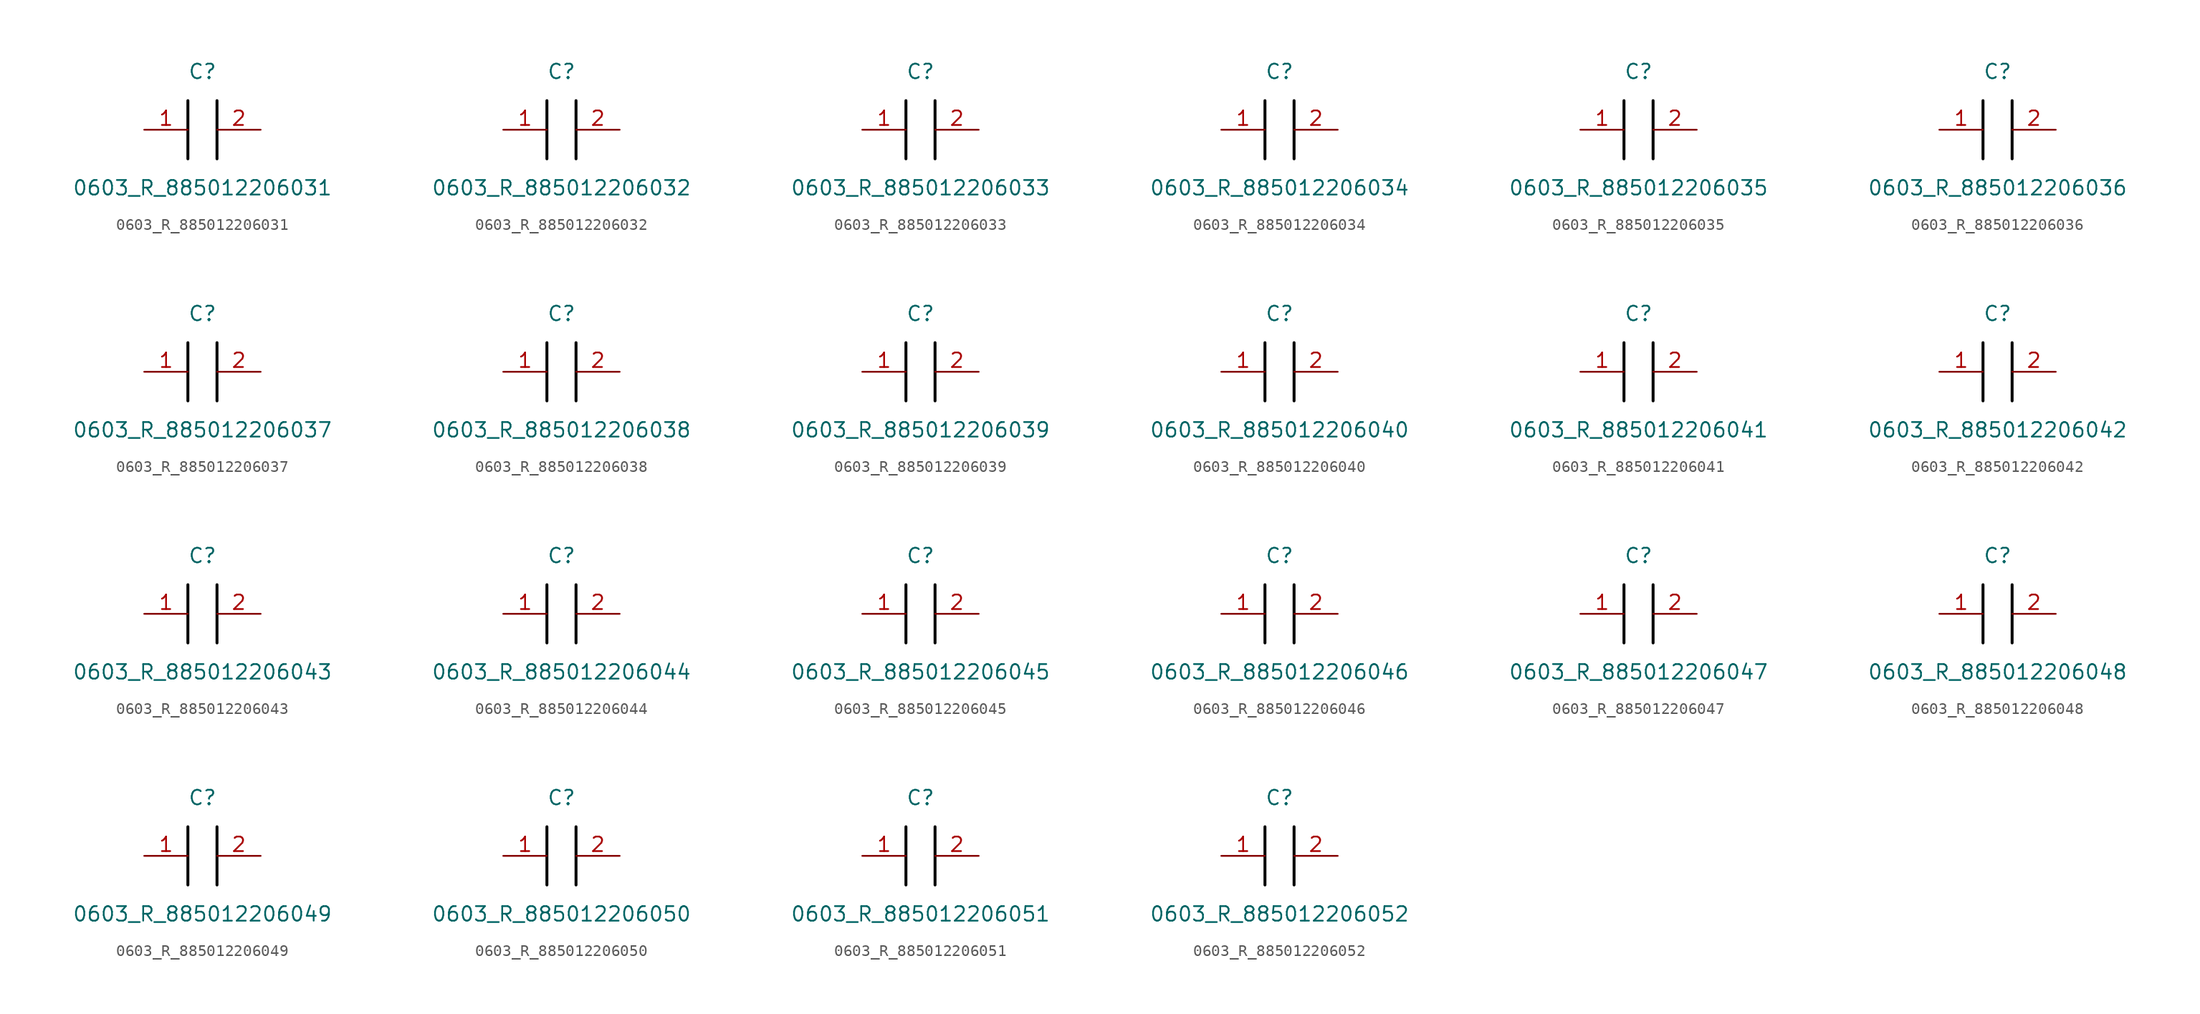
<source format=kicad_sym>
(kicad_symbol_lib
  (version 20220914)
  (generator kicad_symbol_editor)
  (symbol "0603_R_885012206031"
    (pin_names hide)
    (property "Reference" "C"
      (at 0 5.08 0)
      (effects (font (size 1.27 1.27))))
    (property "Value" "0603_R_885012206031"
      (at 0 -5.08 0)
      (effects (font (size 1.27 1.27))))
    (symbol "0603_R_885012206031_1_1"
      (polyline (pts (xy -1.27 2.54) (xy -1.27 -2.54)) (stroke (width 0.254) (type default) (color 0 0 0 1)) (fill (type none)))
      (polyline (pts (xy 1.27 2.54) (xy 1.27 -2.54)) (stroke (width 0.254) (type default) (color 0 0 0 1)) (fill (type none)))
      (pin passive line (at -5.08 0 0) (length 3.81) (name "1" (effects (font (size 1.27 1.27)))) (number "1" (effects (font (size 1.27 1.27)))))
      (pin passive line (at 5.08 0 180) (length 3.81) (name "2" (effects (font (size 1.27 1.27)))) (number "2" (effects (font (size 1.27 1.27)))))))
  (symbol "0603_R_885012206032"
    (pin_names hide)
    (property "Reference" "C"
      (at 0 5.08 0)
      (effects (font (size 1.27 1.27))))
    (property "Value" "0603_R_885012206032"
      (at 0 -5.08 0)
      (effects (font (size 1.27 1.27))))
    (symbol "0603_R_885012206032_1_1"
      (polyline (pts (xy -1.27 2.54) (xy -1.27 -2.54)) (stroke (width 0.254) (type default) (color 0 0 0 1)) (fill (type none)))
      (polyline (pts (xy 1.27 2.54) (xy 1.27 -2.54)) (stroke (width 0.254) (type default) (color 0 0 0 1)) (fill (type none)))
      (pin passive line (at -5.08 0 0) (length 3.81) (name "1" (effects (font (size 1.27 1.27)))) (number "1" (effects (font (size 1.27 1.27)))))
      (pin passive line (at 5.08 0 180) (length 3.81) (name "2" (effects (font (size 1.27 1.27)))) (number "2" (effects (font (size 1.27 1.27)))))))
  (symbol "0603_R_885012206033"
    (pin_names hide)
    (property "Reference" "C"
      (at 0 5.08 0)
      (effects (font (size 1.27 1.27))))
    (property "Value" "0603_R_885012206033"
      (at 0 -5.08 0)
      (effects (font (size 1.27 1.27))))
    (symbol "0603_R_885012206033_1_1"
      (polyline (pts (xy -1.27 2.54) (xy -1.27 -2.54)) (stroke (width 0.254) (type default) (color 0 0 0 1)) (fill (type none)))
      (polyline (pts (xy 1.27 2.54) (xy 1.27 -2.54)) (stroke (width 0.254) (type default) (color 0 0 0 1)) (fill (type none)))
      (pin passive line (at -5.08 0 0) (length 3.81) (name "1" (effects (font (size 1.27 1.27)))) (number "1" (effects (font (size 1.27 1.27)))))
      (pin passive line (at 5.08 0 180) (length 3.81) (name "2" (effects (font (size 1.27 1.27)))) (number "2" (effects (font (size 1.27 1.27)))))))
  (symbol "0603_R_885012206034"
    (pin_names hide)
    (property "Reference" "C"
      (at 0 5.08 0)
      (effects (font (size 1.27 1.27))))
    (property "Value" "0603_R_885012206034"
      (at 0 -5.08 0)
      (effects (font (size 1.27 1.27))))
    (symbol "0603_R_885012206034_1_1"
      (polyline (pts (xy -1.27 2.54) (xy -1.27 -2.54)) (stroke (width 0.254) (type default) (color 0 0 0 1)) (fill (type none)))
      (polyline (pts (xy 1.27 2.54) (xy 1.27 -2.54)) (stroke (width 0.254) (type default) (color 0 0 0 1)) (fill (type none)))
      (pin passive line (at -5.08 0 0) (length 3.81) (name "1" (effects (font (size 1.27 1.27)))) (number "1" (effects (font (size 1.27 1.27)))))
      (pin passive line (at 5.08 0 180) (length 3.81) (name "2" (effects (font (size 1.27 1.27)))) (number "2" (effects (font (size 1.27 1.27)))))))
  (symbol "0603_R_885012206035"
    (pin_names hide)
    (property "Reference" "C"
      (at 0 5.08 0)
      (effects (font (size 1.27 1.27))))
    (property "Value" "0603_R_885012206035"
      (at 0 -5.08 0)
      (effects (font (size 1.27 1.27))))
    (symbol "0603_R_885012206035_1_1"
      (polyline (pts (xy -1.27 2.54) (xy -1.27 -2.54)) (stroke (width 0.254) (type default) (color 0 0 0 1)) (fill (type none)))
      (polyline (pts (xy 1.27 2.54) (xy 1.27 -2.54)) (stroke (width 0.254) (type default) (color 0 0 0 1)) (fill (type none)))
      (pin passive line (at -5.08 0 0) (length 3.81) (name "1" (effects (font (size 1.27 1.27)))) (number "1" (effects (font (size 1.27 1.27)))))
      (pin passive line (at 5.08 0 180) (length 3.81) (name "2" (effects (font (size 1.27 1.27)))) (number "2" (effects (font (size 1.27 1.27)))))))
  (symbol "0603_R_885012206036"
    (pin_names hide)
    (property "Reference" "C"
      (at 0 5.08 0)
      (effects (font (size 1.27 1.27))))
    (property "Value" "0603_R_885012206036"
      (at 0 -5.08 0)
      (effects (font (size 1.27 1.27))))
    (symbol "0603_R_885012206036_1_1"
      (polyline (pts (xy -1.27 2.54) (xy -1.27 -2.54)) (stroke (width 0.254) (type default) (color 0 0 0 1)) (fill (type none)))
      (polyline (pts (xy 1.27 2.54) (xy 1.27 -2.54)) (stroke (width 0.254) (type default) (color 0 0 0 1)) (fill (type none)))
      (pin passive line (at -5.08 0 0) (length 3.81) (name "1" (effects (font (size 1.27 1.27)))) (number "1" (effects (font (size 1.27 1.27)))))
      (pin passive line (at 5.08 0 180) (length 3.81) (name "2" (effects (font (size 1.27 1.27)))) (number "2" (effects (font (size 1.27 1.27)))))))
  (symbol "0603_R_885012206037"
    (pin_names hide)
    (property "Reference" "C"
      (at 0 5.08 0)
      (effects (font (size 1.27 1.27))))
    (property "Value" "0603_R_885012206037"
      (at 0 -5.08 0)
      (effects (font (size 1.27 1.27))))
    (symbol "0603_R_885012206037_1_1"
      (polyline (pts (xy -1.27 2.54) (xy -1.27 -2.54)) (stroke (width 0.254) (type default) (color 0 0 0 1)) (fill (type none)))
      (polyline (pts (xy 1.27 2.54) (xy 1.27 -2.54)) (stroke (width 0.254) (type default) (color 0 0 0 1)) (fill (type none)))
      (pin passive line (at -5.08 0 0) (length 3.81) (name "1" (effects (font (size 1.27 1.27)))) (number "1" (effects (font (size 1.27 1.27)))))
      (pin passive line (at 5.08 0 180) (length 3.81) (name "2" (effects (font (size 1.27 1.27)))) (number "2" (effects (font (size 1.27 1.27)))))))
  (symbol "0603_R_885012206038"
    (pin_names hide)
    (property "Reference" "C"
      (at 0 5.08 0)
      (effects (font (size 1.27 1.27))))
    (property "Value" "0603_R_885012206038"
      (at 0 -5.08 0)
      (effects (font (size 1.27 1.27))))
    (symbol "0603_R_885012206038_1_1"
      (polyline (pts (xy -1.27 2.54) (xy -1.27 -2.54)) (stroke (width 0.254) (type default) (color 0 0 0 1)) (fill (type none)))
      (polyline (pts (xy 1.27 2.54) (xy 1.27 -2.54)) (stroke (width 0.254) (type default) (color 0 0 0 1)) (fill (type none)))
      (pin passive line (at -5.08 0 0) (length 3.81) (name "1" (effects (font (size 1.27 1.27)))) (number "1" (effects (font (size 1.27 1.27)))))
      (pin passive line (at 5.08 0 180) (length 3.81) (name "2" (effects (font (size 1.27 1.27)))) (number "2" (effects (font (size 1.27 1.27)))))))
  (symbol "0603_R_885012206039"
    (pin_names hide)
    (property "Reference" "C"
      (at 0 5.08 0)
      (effects (font (size 1.27 1.27))))
    (property "Value" "0603_R_885012206039"
      (at 0 -5.08 0)
      (effects (font (size 1.27 1.27))))
    (symbol "0603_R_885012206039_1_1"
      (polyline (pts (xy -1.27 2.54) (xy -1.27 -2.54)) (stroke (width 0.254) (type default) (color 0 0 0 1)) (fill (type none)))
      (polyline (pts (xy 1.27 2.54) (xy 1.27 -2.54)) (stroke (width 0.254) (type default) (color 0 0 0 1)) (fill (type none)))
      (pin passive line (at -5.08 0 0) (length 3.81) (name "1" (effects (font (size 1.27 1.27)))) (number "1" (effects (font (size 1.27 1.27)))))
      (pin passive line (at 5.08 0 180) (length 3.81) (name "2" (effects (font (size 1.27 1.27)))) (number "2" (effects (font (size 1.27 1.27)))))))
  (symbol "0603_R_885012206040"
    (pin_names hide)
    (property "Reference" "C"
      (at 0 5.08 0)
      (effects (font (size 1.27 1.27))))
    (property "Value" "0603_R_885012206040"
      (at 0 -5.08 0)
      (effects (font (size 1.27 1.27))))
    (symbol "0603_R_885012206040_1_1"
      (polyline (pts (xy -1.27 2.54) (xy -1.27 -2.54)) (stroke (width 0.254) (type default) (color 0 0 0 1)) (fill (type none)))
      (polyline (pts (xy 1.27 2.54) (xy 1.27 -2.54)) (stroke (width 0.254) (type default) (color 0 0 0 1)) (fill (type none)))
      (pin passive line (at -5.08 0 0) (length 3.81) (name "1" (effects (font (size 1.27 1.27)))) (number "1" (effects (font (size 1.27 1.27)))))
      (pin passive line (at 5.08 0 180) (length 3.81) (name "2" (effects (font (size 1.27 1.27)))) (number "2" (effects (font (size 1.27 1.27)))))))
  (symbol "0603_R_885012206041"
    (pin_names hide)
    (property "Reference" "C"
      (at 0 5.08 0)
      (effects (font (size 1.27 1.27))))
    (property "Value" "0603_R_885012206041"
      (at 0 -5.08 0)
      (effects (font (size 1.27 1.27))))
    (symbol "0603_R_885012206041_1_1"
      (polyline (pts (xy -1.27 2.54) (xy -1.27 -2.54)) (stroke (width 0.254) (type default) (color 0 0 0 1)) (fill (type none)))
      (polyline (pts (xy 1.27 2.54) (xy 1.27 -2.54)) (stroke (width 0.254) (type default) (color 0 0 0 1)) (fill (type none)))
      (pin passive line (at -5.08 0 0) (length 3.81) (name "1" (effects (font (size 1.27 1.27)))) (number "1" (effects (font (size 1.27 1.27)))))
      (pin passive line (at 5.08 0 180) (length 3.81) (name "2" (effects (font (size 1.27 1.27)))) (number "2" (effects (font (size 1.27 1.27)))))))
  (symbol "0603_R_885012206042"
    (pin_names hide)
    (property "Reference" "C"
      (at 0 5.08 0)
      (effects (font (size 1.27 1.27))))
    (property "Value" "0603_R_885012206042"
      (at 0 -5.08 0)
      (effects (font (size 1.27 1.27))))
    (symbol "0603_R_885012206042_1_1"
      (polyline (pts (xy -1.27 2.54) (xy -1.27 -2.54)) (stroke (width 0.254) (type default) (color 0 0 0 1)) (fill (type none)))
      (polyline (pts (xy 1.27 2.54) (xy 1.27 -2.54)) (stroke (width 0.254) (type default) (color 0 0 0 1)) (fill (type none)))
      (pin passive line (at -5.08 0 0) (length 3.81) (name "1" (effects (font (size 1.27 1.27)))) (number "1" (effects (font (size 1.27 1.27)))))
      (pin passive line (at 5.08 0 180) (length 3.81) (name "2" (effects (font (size 1.27 1.27)))) (number "2" (effects (font (size 1.27 1.27)))))))
  (symbol "0603_R_885012206043"
    (pin_names hide)
    (property "Reference" "C"
      (at 0 5.08 0)
      (effects (font (size 1.27 1.27))))
    (property "Value" "0603_R_885012206043"
      (at 0 -5.08 0)
      (effects (font (size 1.27 1.27))))
    (symbol "0603_R_885012206043_1_1"
      (polyline (pts (xy -1.27 2.54) (xy -1.27 -2.54)) (stroke (width 0.254) (type default) (color 0 0 0 1)) (fill (type none)))
      (polyline (pts (xy 1.27 2.54) (xy 1.27 -2.54)) (stroke (width 0.254) (type default) (color 0 0 0 1)) (fill (type none)))
      (pin passive line (at -5.08 0 0) (length 3.81) (name "1" (effects (font (size 1.27 1.27)))) (number "1" (effects (font (size 1.27 1.27)))))
      (pin passive line (at 5.08 0 180) (length 3.81) (name "2" (effects (font (size 1.27 1.27)))) (number "2" (effects (font (size 1.27 1.27)))))))
  (symbol "0603_R_885012206044"
    (pin_names hide)
    (property "Reference" "C"
      (at 0 5.08 0)
      (effects (font (size 1.27 1.27))))
    (property "Value" "0603_R_885012206044"
      (at 0 -5.08 0)
      (effects (font (size 1.27 1.27))))
    (symbol "0603_R_885012206044_1_1"
      (polyline (pts (xy -1.27 2.54) (xy -1.27 -2.54)) (stroke (width 0.254) (type default) (color 0 0 0 1)) (fill (type none)))
      (polyline (pts (xy 1.27 2.54) (xy 1.27 -2.54)) (stroke (width 0.254) (type default) (color 0 0 0 1)) (fill (type none)))
      (pin passive line (at -5.08 0 0) (length 3.81) (name "1" (effects (font (size 1.27 1.27)))) (number "1" (effects (font (size 1.27 1.27)))))
      (pin passive line (at 5.08 0 180) (length 3.81) (name "2" (effects (font (size 1.27 1.27)))) (number "2" (effects (font (size 1.27 1.27)))))))
  (symbol "0603_R_885012206045"
    (pin_names hide)
    (property "Reference" "C"
      (at 0 5.08 0)
      (effects (font (size 1.27 1.27))))
    (property "Value" "0603_R_885012206045"
      (at 0 -5.08 0)
      (effects (font (size 1.27 1.27))))
    (symbol "0603_R_885012206045_1_1"
      (polyline (pts (xy -1.27 2.54) (xy -1.27 -2.54)) (stroke (width 0.254) (type default) (color 0 0 0 1)) (fill (type none)))
      (polyline (pts (xy 1.27 2.54) (xy 1.27 -2.54)) (stroke (width 0.254) (type default) (color 0 0 0 1)) (fill (type none)))
      (pin passive line (at -5.08 0 0) (length 3.81) (name "1" (effects (font (size 1.27 1.27)))) (number "1" (effects (font (size 1.27 1.27)))))
      (pin passive line (at 5.08 0 180) (length 3.81) (name "2" (effects (font (size 1.27 1.27)))) (number "2" (effects (font (size 1.27 1.27)))))))
  (symbol "0603_R_885012206046"
    (pin_names hide)
    (property "Reference" "C"
      (at 0 5.08 0)
      (effects (font (size 1.27 1.27))))
    (property "Value" "0603_R_885012206046"
      (at 0 -5.08 0)
      (effects (font (size 1.27 1.27))))
    (symbol "0603_R_885012206046_1_1"
      (polyline (pts (xy -1.27 2.54) (xy -1.27 -2.54)) (stroke (width 0.254) (type default) (color 0 0 0 1)) (fill (type none)))
      (polyline (pts (xy 1.27 2.54) (xy 1.27 -2.54)) (stroke (width 0.254) (type default) (color 0 0 0 1)) (fill (type none)))
      (pin passive line (at -5.08 0 0) (length 3.81) (name "1" (effects (font (size 1.27 1.27)))) (number "1" (effects (font (size 1.27 1.27)))))
      (pin passive line (at 5.08 0 180) (length 3.81) (name "2" (effects (font (size 1.27 1.27)))) (number "2" (effects (font (size 1.27 1.27)))))))
  (symbol "0603_R_885012206047"
    (pin_names hide)
    (property "Reference" "C"
      (at 0 5.08 0)
      (effects (font (size 1.27 1.27))))
    (property "Value" "0603_R_885012206047"
      (at 0 -5.08 0)
      (effects (font (size 1.27 1.27))))
    (symbol "0603_R_885012206047_1_1"
      (polyline (pts (xy -1.27 2.54) (xy -1.27 -2.54)) (stroke (width 0.254) (type default) (color 0 0 0 1)) (fill (type none)))
      (polyline (pts (xy 1.27 2.54) (xy 1.27 -2.54)) (stroke (width 0.254) (type default) (color 0 0 0 1)) (fill (type none)))
      (pin passive line (at -5.08 0 0) (length 3.81) (name "1" (effects (font (size 1.27 1.27)))) (number "1" (effects (font (size 1.27 1.27)))))
      (pin passive line (at 5.08 0 180) (length 3.81) (name "2" (effects (font (size 1.27 1.27)))) (number "2" (effects (font (size 1.27 1.27)))))))
  (symbol "0603_R_885012206048"
    (pin_names hide)
    (property "Reference" "C"
      (at 0 5.08 0)
      (effects (font (size 1.27 1.27))))
    (property "Value" "0603_R_885012206048"
      (at 0 -5.08 0)
      (effects (font (size 1.27 1.27))))
    (symbol "0603_R_885012206048_1_1"
      (polyline (pts (xy -1.27 2.54) (xy -1.27 -2.54)) (stroke (width 0.254) (type default) (color 0 0 0 1)) (fill (type none)))
      (polyline (pts (xy 1.27 2.54) (xy 1.27 -2.54)) (stroke (width 0.254) (type default) (color 0 0 0 1)) (fill (type none)))
      (pin passive line (at -5.08 0 0) (length 3.81) (name "1" (effects (font (size 1.27 1.27)))) (number "1" (effects (font (size 1.27 1.27)))))
      (pin passive line (at 5.08 0 180) (length 3.81) (name "2" (effects (font (size 1.27 1.27)))) (number "2" (effects (font (size 1.27 1.27)))))))
  (symbol "0603_R_885012206049"
    (pin_names hide)
    (property "Reference" "C"
      (at 0 5.08 0)
      (effects (font (size 1.27 1.27))))
    (property "Value" "0603_R_885012206049"
      (at 0 -5.08 0)
      (effects (font (size 1.27 1.27))))
    (symbol "0603_R_885012206049_1_1"
      (polyline (pts (xy -1.27 2.54) (xy -1.27 -2.54)) (stroke (width 0.254) (type default) (color 0 0 0 1)) (fill (type none)))
      (polyline (pts (xy 1.27 2.54) (xy 1.27 -2.54)) (stroke (width 0.254) (type default) (color 0 0 0 1)) (fill (type none)))
      (pin passive line (at -5.08 0 0) (length 3.81) (name "1" (effects (font (size 1.27 1.27)))) (number "1" (effects (font (size 1.27 1.27)))))
      (pin passive line (at 5.08 0 180) (length 3.81) (name "2" (effects (font (size 1.27 1.27)))) (number "2" (effects (font (size 1.27 1.27)))))))
  (symbol "0603_R_885012206050"
    (pin_names hide)
    (property "Reference" "C"
      (at 0 5.08 0)
      (effects (font (size 1.27 1.27))))
    (property "Value" "0603_R_885012206050"
      (at 0 -5.08 0)
      (effects (font (size 1.27 1.27))))
    (symbol "0603_R_885012206050_1_1"
      (polyline (pts (xy -1.27 2.54) (xy -1.27 -2.54)) (stroke (width 0.254) (type default) (color 0 0 0 1)) (fill (type none)))
      (polyline (pts (xy 1.27 2.54) (xy 1.27 -2.54)) (stroke (width 0.254) (type default) (color 0 0 0 1)) (fill (type none)))
      (pin passive line (at -5.08 0 0) (length 3.81) (name "1" (effects (font (size 1.27 1.27)))) (number "1" (effects (font (size 1.27 1.27)))))
      (pin passive line (at 5.08 0 180) (length 3.81) (name "2" (effects (font (size 1.27 1.27)))) (number "2" (effects (font (size 1.27 1.27)))))))
  (symbol "0603_R_885012206051"
    (pin_names hide)
    (property "Reference" "C"
      (at 0 5.08 0)
      (effects (font (size 1.27 1.27))))
    (property "Value" "0603_R_885012206051"
      (at 0 -5.08 0)
      (effects (font (size 1.27 1.27))))
    (symbol "0603_R_885012206051_1_1"
      (polyline (pts (xy -1.27 2.54) (xy -1.27 -2.54)) (stroke (width 0.254) (type default) (color 0 0 0 1)) (fill (type none)))
      (polyline (pts (xy 1.27 2.54) (xy 1.27 -2.54)) (stroke (width 0.254) (type default) (color 0 0 0 1)) (fill (type none)))
      (pin passive line (at -5.08 0 0) (length 3.81) (name "1" (effects (font (size 1.27 1.27)))) (number "1" (effects (font (size 1.27 1.27)))))
      (pin passive line (at 5.08 0 180) (length 3.81) (name "2" (effects (font (size 1.27 1.27)))) (number "2" (effects (font (size 1.27 1.27)))))))
  (symbol "0603_R_885012206052"
    (pin_names hide)
    (property "Reference" "C"
      (at 0 5.08 0)
      (effects (font (size 1.27 1.27))))
    (property "Value" "0603_R_885012206052"
      (at 0 -5.08 0)
      (effects (font (size 1.27 1.27))))
    (symbol "0603_R_885012206052_1_1"
      (polyline (pts (xy -1.27 2.54) (xy -1.27 -2.54)) (stroke (width 0.254) (type default) (color 0 0 0 1)) (fill (type none)))
      (polyline (pts (xy 1.27 2.54) (xy 1.27 -2.54)) (stroke (width 0.254) (type default) (color 0 0 0 1)) (fill (type none)))
      (pin passive line (at -5.08 0 0) (length 3.81) (name "1" (effects (font (size 1.27 1.27)))) (number "1" (effects (font (size 1.27 1.27)))))
      (pin passive line (at 5.08 0 180) (length 3.81) (name "2" (effects (font (size 1.27 1.27)))) (number "2" (effects (font (size 1.27 1.27))))))))
</source>
